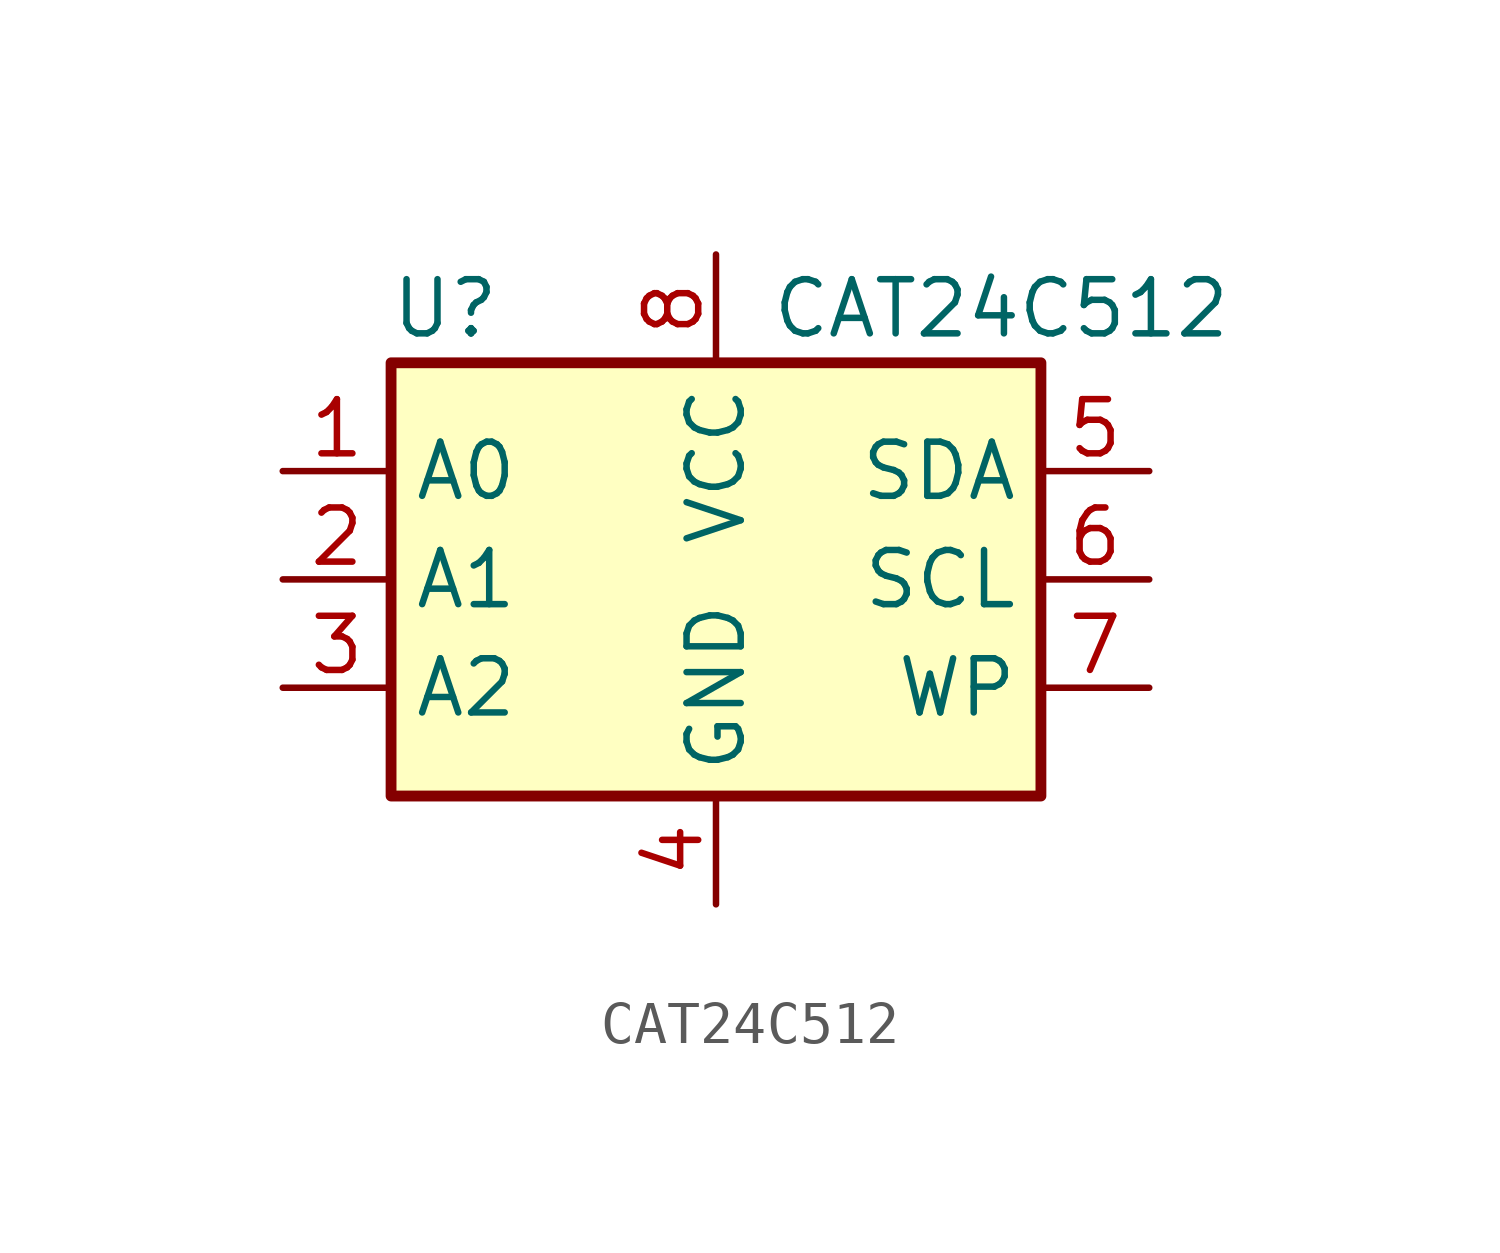
<source format=kicad_sym>
(kicad_symbol_lib
  (version 20241209)
  (generator "kicad_symbol_editor")
  (generator_version "9.0")
  (symbol "CAT24C512"
    (property "Reference" "U"
      (at -6.35 6.35 0)
      (effects (font (size 1.27 1.27))))
    (property "Value" "CAT24C512"
      (at 1.27 6.35 0)
      (effects (font (size 1.27 1.27)) (justify left)))
    (symbol "CAT24C512_1_1"
      (rectangle (start -7.62 5.08) (end 7.62 -5.08) (stroke (width 0.254) (type default)) (fill (type background)))
      (pin input line (at -10.16 2.54 0) (length 2.54) (name "A0" (effects (font (size 1.27 1.27)))) (number "1" (effects (font (size 1.27 1.27)))))
      (pin input line (at -10.16 0 0) (length 2.54) (name "A1" (effects (font (size 1.27 1.27)))) (number "2" (effects (font (size 1.27 1.27)))))
      (pin input line (at -10.16 -2.54 0) (length 2.54) (name "A2" (effects (font (size 1.27 1.27)))) (number "3" (effects (font (size 1.27 1.27)))))
      (pin power_in line (at 0 7.62 270) (length 2.54) (name "VCC" (effects (font (size 1.27 1.27)))) (number "8" (effects (font (size 1.27 1.27)))))
      (pin power_in line (at 0 -7.62 90) (length 2.54) (name "GND" (effects (font (size 1.27 1.27)))) (number "4" (effects (font (size 1.27 1.27)))))
      (pin bidirectional line (at 10.16 2.54 180) (length 2.54) (name "SDA" (effects (font (size 1.27 1.27)))) (number "5" (effects (font (size 1.27 1.27)))))
      (pin input line (at 10.16 0 180) (length 2.54) (name "SCL" (effects (font (size 1.27 1.27)))) (number "6" (effects (font (size 1.27 1.27)))))
      (pin input line (at 10.16 -2.54 180) (length 2.54) (name "WP" (effects (font (size 1.27 1.27)))) (number "7" (effects (font (size 1.27 1.27))))))))
</source>
